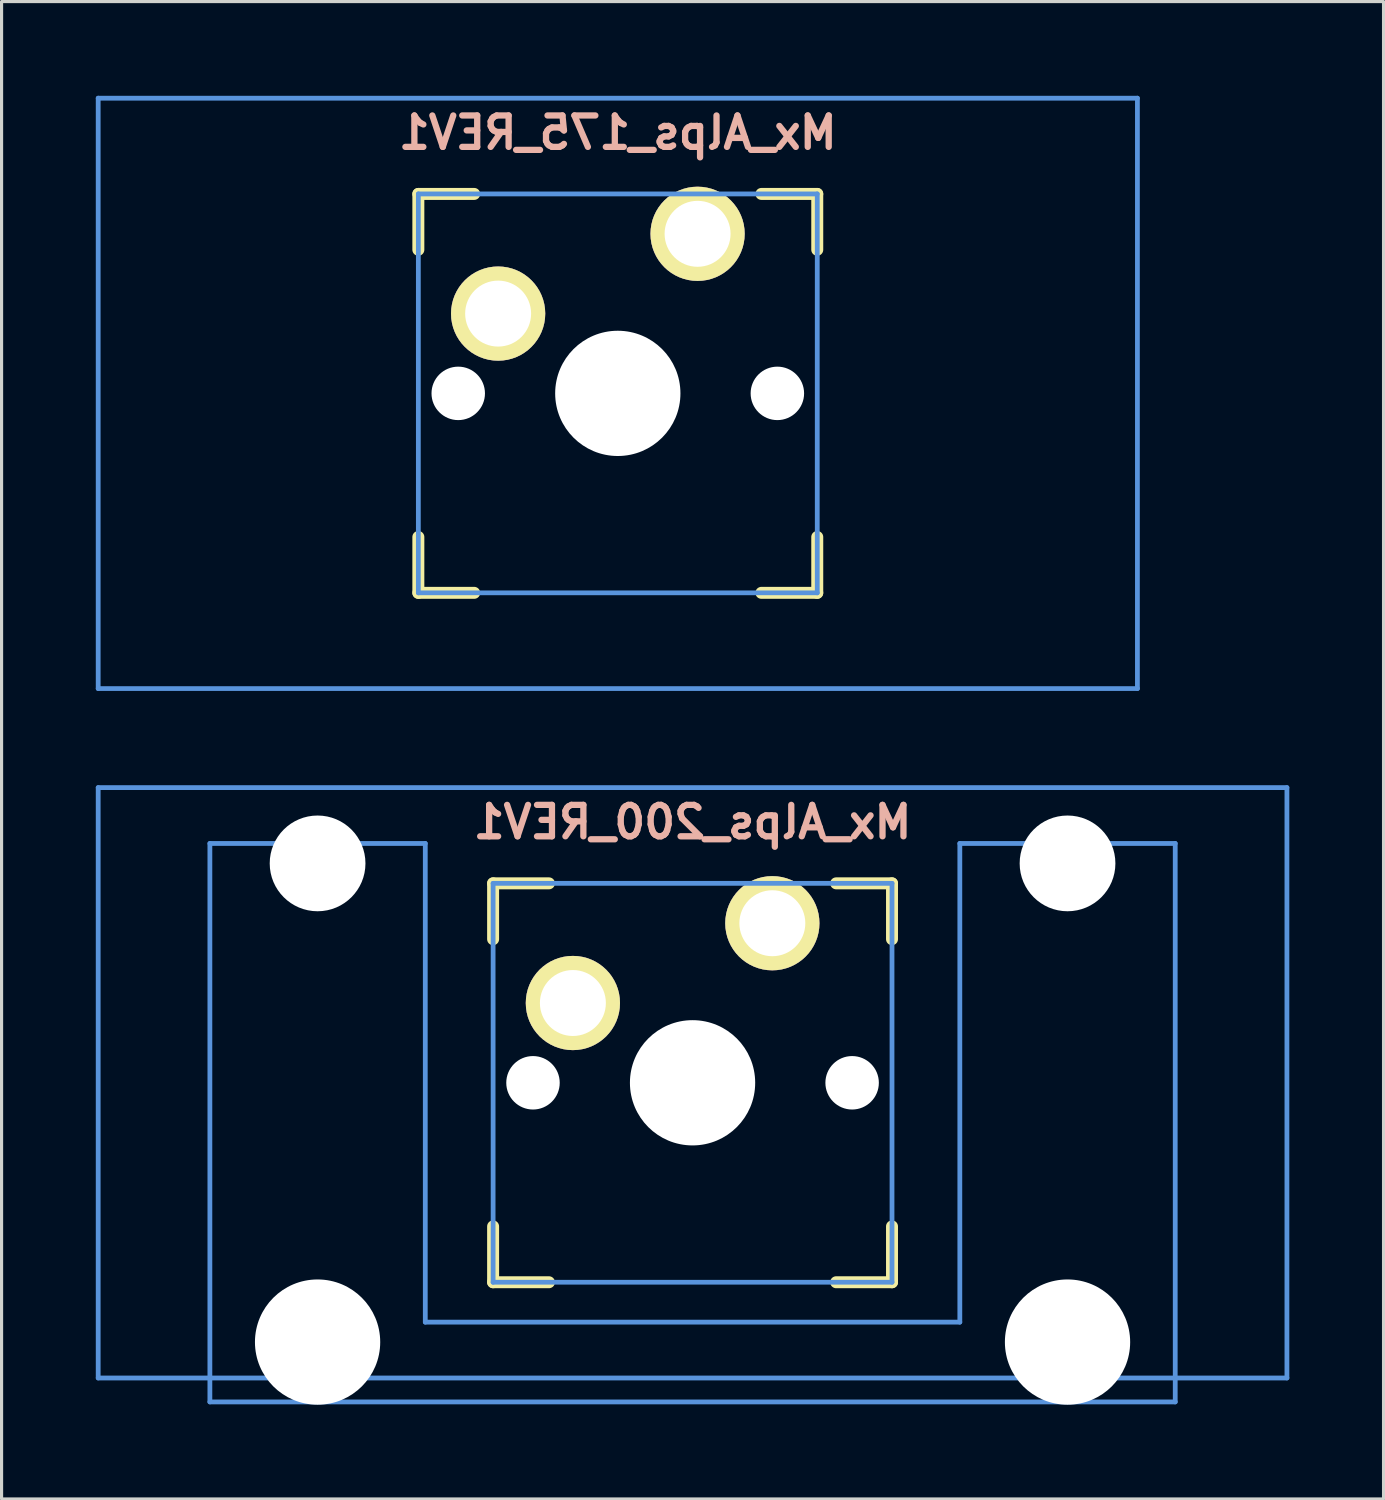
<source format=kicad_pcb>
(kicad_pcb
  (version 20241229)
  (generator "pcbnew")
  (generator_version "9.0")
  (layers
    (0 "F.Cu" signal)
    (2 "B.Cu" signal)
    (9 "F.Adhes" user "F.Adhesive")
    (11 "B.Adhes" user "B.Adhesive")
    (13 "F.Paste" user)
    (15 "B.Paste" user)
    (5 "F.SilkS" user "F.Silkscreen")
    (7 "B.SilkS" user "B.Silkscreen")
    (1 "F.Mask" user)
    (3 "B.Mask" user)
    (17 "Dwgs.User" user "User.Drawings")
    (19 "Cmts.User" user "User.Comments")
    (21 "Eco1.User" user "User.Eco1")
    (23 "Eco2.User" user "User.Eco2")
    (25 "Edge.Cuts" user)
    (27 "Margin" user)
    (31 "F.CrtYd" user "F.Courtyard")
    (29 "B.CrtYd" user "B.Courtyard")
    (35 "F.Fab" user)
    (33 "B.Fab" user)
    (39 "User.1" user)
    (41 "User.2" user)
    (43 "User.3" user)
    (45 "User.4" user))
  (footprint "Mx_Alps_175_REV1"
    (layer "F.Cu")
    (at 16.619 9.474)
    (property "Reference" "Mx_Alps_175_REV1" (at 0 -8.3 0) (layer "B.SilkS") (effects (font (size 1 1) (thickness 0.2)) (justify mirror)))
    (attr through_hole)
    (fp_line (start -6.35 -6.35) (end -4.572 -6.35) (stroke (width 0.381) (type solid)) (layer "F.SilkS"))
    (fp_line (start -6.35 -4.572) (end -6.35 -6.35) (stroke (width 0.381) (type solid)) (layer "F.SilkS"))
    (fp_line (start -6.35 6.35) (end -6.35 4.572) (stroke (width 0.381) (type solid)) (layer "F.SilkS"))
    (fp_line (start -4.572 6.35) (end -6.35 6.35) (stroke (width 0.381) (type solid)) (layer "F.SilkS"))
    (fp_line (start 4.572 -6.35) (end 6.35 -6.35) (stroke (width 0.381) (type solid)) (layer "F.SilkS"))
    (fp_line (start 6.35 -6.35) (end 6.35 -4.572) (stroke (width 0.381) (type solid)) (layer "F.SilkS"))
    (fp_line (start 6.35 4.572) (end 6.35 6.35) (stroke (width 0.381) (type solid)) (layer "F.SilkS"))
    (fp_line (start 6.35 6.35) (end 4.572 6.35) (stroke (width 0.381) (type solid)) (layer "F.SilkS"))
    (fp_line (start -16.543 -9.398) (end 16.543 -9.398) (stroke (width 0.152) (type solid)) (layer "Cmts.User"))
    (fp_line (start -16.543 9.398) (end -16.543 -9.398) (stroke (width 0.152) (type solid)) (layer "Cmts.User"))
    (fp_line (start -6.35 -6.35) (end 6.35 -6.35) (stroke (width 0.152) (type solid)) (layer "Cmts.User"))
    (fp_line (start -6.35 6.35) (end -6.35 -6.35) (stroke (width 0.152) (type solid)) (layer "Cmts.User"))
    (fp_line (start 6.35 -6.35) (end 6.35 6.35) (stroke (width 0.152) (type solid)) (layer "Cmts.User"))
    (fp_line (start 6.35 6.35) (end -6.35 6.35) (stroke (width 0.152) (type solid)) (layer "Cmts.User"))
    (fp_line (start 16.543 -9.398) (end 16.543 9.398) (stroke (width 0.152) (type solid)) (layer "Cmts.User"))
    (fp_line (start 16.543 9.398) (end -16.543 9.398) (stroke (width 0.152) (type solid)) (layer "Cmts.User"))
    (fp_line (start -6.985 -6.985) (end 6.985 -6.985) (stroke (width 0.152) (type solid)) (layer "Eco2.User"))
    (fp_line (start -6.985 6.985) (end -6.985 -6.985) (stroke (width 0.152) (type solid)) (layer "Eco2.User"))
    (fp_line (start 6.985 -6.985) (end 6.985 6.985) (stroke (width 0.152) (type solid)) (layer "Eco2.User"))
    (fp_line (start 6.985 6.985) (end -6.985 6.985) (stroke (width 0.152) (type solid)) (layer "Eco2.User"))
    (pad "" np_thru_hole circle (at -5.08 0) (size 1.702 1.702) (drill 1.702) (layers "*.Cu"))
    (pad "" np_thru_hole circle (at 0 0) (size 3.988 3.988) (drill 3.988) (layers "*.Cu"))
    (pad "" np_thru_hole circle (at 5.08 0) (size 1.702 1.702) (drill 1.702) (layers "*.Cu"))
    (pad "1" thru_hole oval (at -3.81 -2.54) (size 3 3) (drill oval 2.1) (layers "*.Cu" "*.Mask" "F.SilkS"))
    (pad "2" thru_hole oval (at 2.54 -5.08) (size 3 3) (drill oval 2.1) (layers "*.Cu" "*.Mask" "F.SilkS")))
  (footprint "Mx_Alps_200_REV1"
    (layer "F.Cu")
    (at 18.999 31.423)
    (property "Reference" "Mx_Alps_200_REV1" (at 0 -8.3 0) (layer "B.SilkS") (effects (font (size 1 1) (thickness 0.2)) (justify mirror)))
    (attr through_hole)
    (fp_line (start -6.35 -6.35) (end -4.572 -6.35) (stroke (width 0.381) (type solid)) (layer "F.SilkS"))
    (fp_line (start -6.35 -4.572) (end -6.35 -6.35) (stroke (width 0.381) (type solid)) (layer "F.SilkS"))
    (fp_line (start -6.35 6.35) (end -6.35 4.572) (stroke (width 0.381) (type solid)) (layer "F.SilkS"))
    (fp_line (start -4.572 6.35) (end -6.35 6.35) (stroke (width 0.381) (type solid)) (layer "F.SilkS"))
    (fp_line (start 4.572 -6.35) (end 6.35 -6.35) (stroke (width 0.381) (type solid)) (layer "F.SilkS"))
    (fp_line (start 6.35 -6.35) (end 6.35 -4.572) (stroke (width 0.381) (type solid)) (layer "F.SilkS"))
    (fp_line (start 6.35 4.572) (end 6.35 6.35) (stroke (width 0.381) (type solid)) (layer "F.SilkS"))
    (fp_line (start 6.35 6.35) (end 4.572 6.35) (stroke (width 0.381) (type solid)) (layer "F.SilkS"))
    (fp_line (start -18.923 -9.398) (end 18.923 -9.398) (stroke (width 0.152) (type solid)) (layer "Cmts.User"))
    (fp_line (start -18.923 9.398) (end -18.923 -9.398) (stroke (width 0.152) (type solid)) (layer "Cmts.User"))
    (fp_line (start -15.367 -7.62) (end -15.367 10.16) (stroke (width 0.152) (type solid)) (layer "Cmts.User"))
    (fp_line (start -15.367 10.16) (end 15.367 10.16) (stroke (width 0.152) (type solid)) (layer "Cmts.User"))
    (fp_line (start -8.509 -7.62) (end -15.367 -7.62) (stroke (width 0.152) (type solid)) (layer "Cmts.User"))
    (fp_line (start -8.509 7.62) (end -8.509 -7.62) (stroke (width 0.152) (type solid)) (layer "Cmts.User"))
    (fp_line (start -6.35 -6.35) (end 6.35 -6.35) (stroke (width 0.152) (type solid)) (layer "Cmts.User"))
    (fp_line (start -6.35 6.35) (end -6.35 -6.35) (stroke (width 0.152) (type solid)) (layer "Cmts.User"))
    (fp_line (start 6.35 -6.35) (end 6.35 6.35) (stroke (width 0.152) (type solid)) (layer "Cmts.User"))
    (fp_line (start 6.35 6.35) (end -6.35 6.35) (stroke (width 0.152) (type solid)) (layer "Cmts.User"))
    (fp_line (start 8.509 -7.62) (end 8.509 7.62) (stroke (width 0.152) (type solid)) (layer "Cmts.User"))
    (fp_line (start 8.509 7.62) (end -8.509 7.62) (stroke (width 0.152) (type solid)) (layer "Cmts.User"))
    (fp_line (start 15.367 -7.62) (end 8.509 -7.62) (stroke (width 0.152) (type solid)) (layer "Cmts.User"))
    (fp_line (start 15.367 10.16) (end 15.367 -7.62) (stroke (width 0.152) (type solid)) (layer "Cmts.User"))
    (fp_line (start 18.923 -9.398) (end 18.923 9.398) (stroke (width 0.152) (type solid)) (layer "Cmts.User"))
    (fp_line (start 18.923 9.398) (end -18.923 9.398) (stroke (width 0.152) (type solid)) (layer "Cmts.User"))
    (fp_line (start -16.129 -2.286) (end -15.265 -2.286) (stroke (width 0.152) (type solid)) (layer "Eco2.User"))
    (fp_line (start -16.129 0.508) (end -16.129 -2.286) (stroke (width 0.152) (type solid)) (layer "Eco2.User"))
    (fp_line (start -15.265 -5.69) (end -8.611 -5.69) (stroke (width 0.152) (type solid)) (layer "Eco2.User"))
    (fp_line (start -15.265 -2.286) (end -15.265 -5.69) (stroke (width 0.152) (type solid)) (layer "Eco2.User"))
    (fp_line (start -15.265 0.508) (end -16.129 0.508) (stroke (width 0.152) (type solid)) (layer "Eco2.User"))
    (fp_line (start -15.265 6.604) (end -15.265 0.508) (stroke (width 0.152) (type solid)) (layer "Eco2.User"))
    (fp_line (start -14.224 6.604) (end -15.265 6.604) (stroke (width 0.152) (type solid)) (layer "Eco2.User"))
    (fp_line (start -14.224 7.772) (end -14.224 6.604) (stroke (width 0.152) (type solid)) (layer "Eco2.User"))
    (fp_line (start -9.652 6.604) (end -9.652 7.772) (stroke (width 0.152) (type solid)) (layer "Eco2.User"))
    (fp_line (start -9.652 7.772) (end -14.224 7.772) (stroke (width 0.152) (type solid)) (layer "Eco2.User"))
    (fp_line (start -8.611 -5.69) (end -8.611 -4.877) (stroke (width 0.152) (type solid)) (layer "Eco2.User"))
    (fp_line (start -8.611 -4.877) (end -6.985 -4.877) (stroke (width 0.152) (type solid)) (layer "Eco2.User"))
    (fp_line (start -8.611 5.817) (end -8.611 6.604) (stroke (width 0.152) (type solid)) (layer "Eco2.User"))
    (fp_line (start -8.611 6.604) (end -9.652 6.604) (stroke (width 0.152) (type solid)) (layer "Eco2.User"))
    (fp_line (start -6.985 -6.985) (end 6.985 -6.985) (stroke (width 0.152) (type solid)) (layer "Eco2.User"))
    (fp_line (start -6.985 -4.877) (end -6.985 -6.985) (stroke (width 0.152) (type solid)) (layer "Eco2.User"))
    (fp_line (start -6.985 5.817) (end -8.611 5.817) (stroke (width 0.152) (type solid)) (layer "Eco2.User"))
    (fp_line (start -6.985 6.985) (end -6.985 5.817) (stroke (width 0.152) (type solid)) (layer "Eco2.User"))
    (fp_line (start 6.985 -6.985) (end 6.985 -4.877) (stroke (width 0.152) (type solid)) (layer "Eco2.User"))
    (fp_line (start 6.985 -4.877) (end 8.611 -4.877) (stroke (width 0.152) (type solid)) (layer "Eco2.User"))
    (fp_line (start 6.985 5.817) (end 6.985 6.985) (stroke (width 0.152) (type solid)) (layer "Eco2.User"))
    (fp_line (start 6.985 6.985) (end -6.985 6.985) (stroke (width 0.152) (type solid)) (layer "Eco2.User"))
    (fp_line (start 8.611 -5.69) (end 15.265 -5.69) (stroke (width 0.152) (type solid)) (layer "Eco2.User"))
    (fp_line (start 8.611 -4.877) (end 8.611 -5.69) (stroke (width 0.152) (type solid)) (layer "Eco2.User"))
    (fp_line (start 8.611 5.817) (end 6.985 5.817) (stroke (width 0.152) (type solid)) (layer "Eco2.User"))
    (fp_line (start 8.611 6.604) (end 8.611 5.817) (stroke (width 0.152) (type solid)) (layer "Eco2.User"))
    (fp_line (start 9.652 6.604) (end 8.611 6.604) (stroke (width 0.152) (type solid)) (layer "Eco2.User"))
    (fp_line (start 9.652 7.772) (end 9.652 6.604) (stroke (width 0.152) (type solid)) (layer "Eco2.User"))
    (fp_line (start 14.224 6.604) (end 14.224 7.772) (stroke (width 0.152) (type solid)) (layer "Eco2.User"))
    (fp_line (start 14.224 7.772) (end 9.652 7.772) (stroke (width 0.152) (type solid)) (layer "Eco2.User"))
    (fp_line (start 15.265 -5.69) (end 15.265 -2.286) (stroke (width 0.152) (type solid)) (layer "Eco2.User"))
    (fp_line (start 15.265 -2.286) (end 16.129 -2.286) (stroke (width 0.152) (type solid)) (layer "Eco2.User"))
    (fp_line (start 15.265 0.508) (end 15.265 6.604) (stroke (width 0.152) (type solid)) (layer "Eco2.User"))
    (fp_line (start 15.265 6.604) (end 14.224 6.604) (stroke (width 0.152) (type solid)) (layer "Eco2.User"))
    (fp_line (start 16.129 -2.286) (end 16.129 0.508) (stroke (width 0.152) (type solid)) (layer "Eco2.User"))
    (fp_line (start 16.129 0.508) (end 15.265 0.508) (stroke (width 0.152) (type solid)) (layer "Eco2.User"))
    (pad "" np_thru_hole circle (at -11.938 -6.985) (size 3.048 3.048) (drill 3.048) (layers "*.Cu"))
    (pad "" np_thru_hole circle (at -11.938 8.255) (size 3.988 3.988) (drill 3.988) (layers "*.Cu"))
    (pad "" np_thru_hole circle (at -5.08 0) (size 1.702 1.702) (drill 1.702) (layers "*.Cu"))
    (pad "" np_thru_hole circle (at 0 0) (size 3.988 3.988) (drill 3.988) (layers "*.Cu"))
    (pad "" np_thru_hole circle (at 5.08 0) (size 1.702 1.702) (drill 1.702) (layers "*.Cu"))
    (pad "" np_thru_hole circle (at 11.938 -6.985) (size 3.048 3.048) (drill 3.048) (layers "*.Cu"))
    (pad "" np_thru_hole circle (at 11.938 8.255) (size 3.988 3.988) (drill 3.988) (layers "*.Cu"))
    (pad "1" thru_hole oval (at -3.81 -2.54) (size 3 3) (drill oval 2.1) (layers "*.Cu" "*.Mask" "F.SilkS"))
    (pad "2" thru_hole oval (at 2.54 -5.08) (size 3 3) (drill oval 2.1) (layers "*.Cu" "*.Mask" "F.SilkS")))
  (gr_rect
    (start -3 -3)
    (end 40.998 44.672)
    (stroke (width 0.1) (type default))
    (fill no)
    (layer "Edge.Cuts")))
</source>
